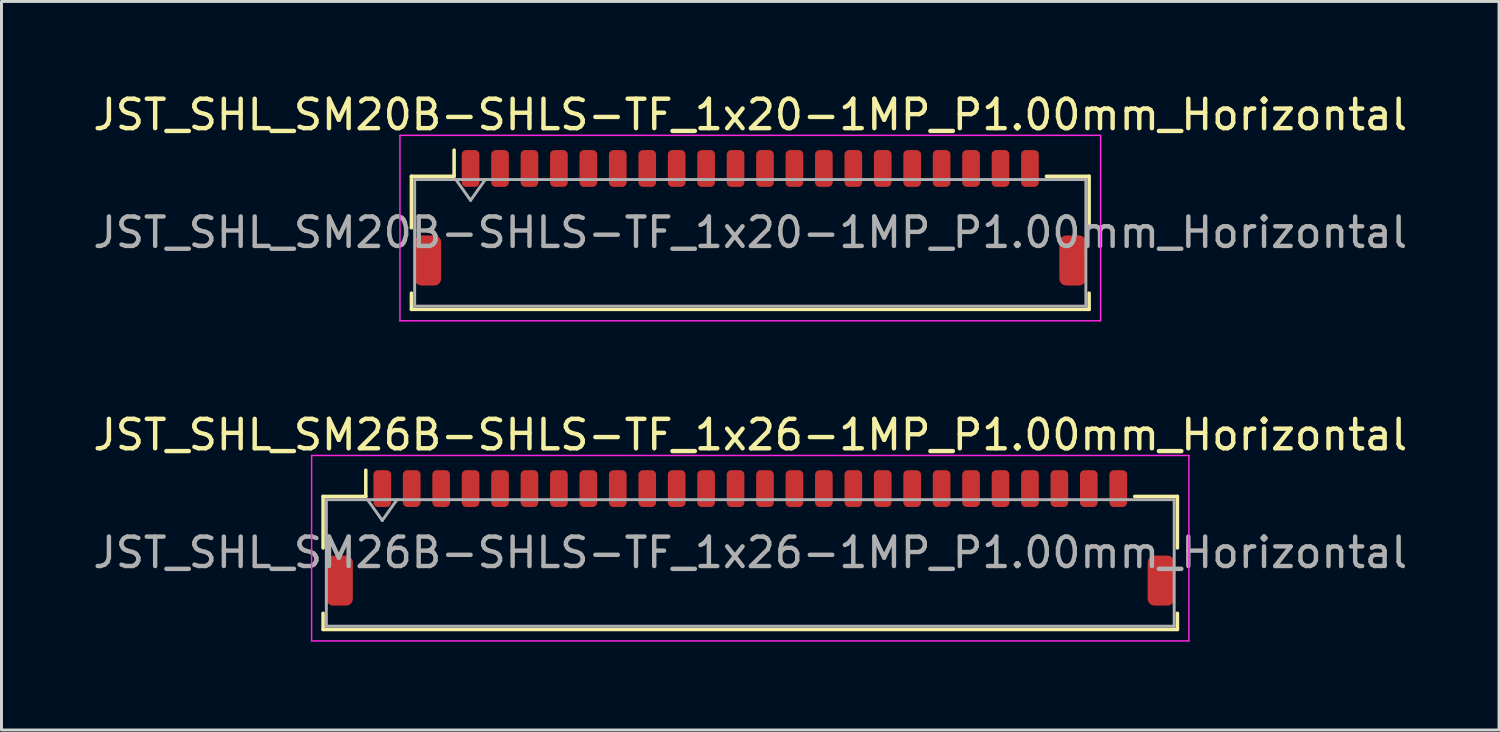
<source format=kicad_pcb>
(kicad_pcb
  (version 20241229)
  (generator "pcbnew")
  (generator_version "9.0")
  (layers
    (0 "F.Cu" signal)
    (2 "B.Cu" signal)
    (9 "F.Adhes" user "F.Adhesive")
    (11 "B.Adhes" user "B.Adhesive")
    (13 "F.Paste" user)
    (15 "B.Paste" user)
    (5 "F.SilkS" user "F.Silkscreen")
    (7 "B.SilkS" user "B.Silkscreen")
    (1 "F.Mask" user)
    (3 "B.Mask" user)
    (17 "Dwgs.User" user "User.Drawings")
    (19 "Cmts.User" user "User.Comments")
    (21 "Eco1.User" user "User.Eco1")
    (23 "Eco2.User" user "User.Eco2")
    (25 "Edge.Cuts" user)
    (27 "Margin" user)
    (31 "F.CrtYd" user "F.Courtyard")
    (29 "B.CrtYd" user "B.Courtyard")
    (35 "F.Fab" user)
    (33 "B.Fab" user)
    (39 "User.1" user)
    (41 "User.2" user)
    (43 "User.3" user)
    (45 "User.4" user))
  (footprint "JST_SHL_SM26B-SHLS-TF_1x26-1MP_P1.00mm_Horizontal"
    (layer "F.Cu")
    (at 22.435 15.222)
    (property "Reference" "JST_SHL_SM26B-SHLS-TF_1x26-1MP_P1.00mm_Horizontal" (at 0 -3.5 0) (layer "F.SilkS") (effects (font (size 1 1) (thickness 0.15))))
    (attr smd)
    (fp_line (start -14.51 -1.41) (end -13.06 -1.41) (stroke (width 0.12) (type solid)) (layer "F.SilkS"))
    (fp_line (start -14.51 0.34) (end -14.51 -1.41) (stroke (width 0.12) (type solid)) (layer "F.SilkS"))
    (fp_line (start -14.51 2.56) (end -14.51 3.11) (stroke (width 0.12) (type solid)) (layer "F.SilkS"))
    (fp_line (start -14.51 3.11) (end 14.51 3.11) (stroke (width 0.12) (type solid)) (layer "F.SilkS"))
    (fp_line (start -13.06 -1.41) (end -13.06 -2.3) (stroke (width 0.12) (type solid)) (layer "F.SilkS"))
    (fp_line (start 14.51 -1.41) (end 13.06 -1.41) (stroke (width 0.12) (type solid)) (layer "F.SilkS"))
    (fp_line (start 14.51 0.34) (end 14.51 -1.41) (stroke (width 0.12) (type solid)) (layer "F.SilkS"))
    (fp_line (start 14.51 3.11) (end 14.51 2.56) (stroke (width 0.12) (type solid)) (layer "F.SilkS"))
    (fp_line (start -14.9 -2.8) (end -14.9 3.5) (stroke (width 0.05) (type solid)) (layer "F.CrtYd"))
    (fp_line (start -14.9 3.5) (end 14.9 3.5) (stroke (width 0.05) (type solid)) (layer "F.CrtYd"))
    (fp_line (start 14.9 -2.8) (end -14.9 -2.8) (stroke (width 0.05) (type solid)) (layer "F.CrtYd"))
    (fp_line (start 14.9 3.5) (end 14.9 -2.8) (stroke (width 0.05) (type solid)) (layer "F.CrtYd"))
    (fp_line (start -14.4 -1.3) (end -14.4 3) (stroke (width 0.1) (type solid)) (layer "F.Fab"))
    (fp_line (start -14.4 -1.3) (end 14.4 -1.3) (stroke (width 0.1) (type solid)) (layer "F.Fab"))
    (fp_line (start -14.4 3) (end 14.4 3) (stroke (width 0.1) (type solid)) (layer "F.Fab"))
    (fp_line (start -13 -1.3) (end -12.5 -0.593) (stroke (width 0.1) (type solid)) (layer "F.Fab"))
    (fp_line (start -12.5 -0.593) (end -12 -1.3) (stroke (width 0.1) (type solid)) (layer "F.Fab"))
    (fp_line (start 14.4 -1.3) (end 14.4 3) (stroke (width 0.1) (type solid)) (layer "F.Fab"))
    (fp_text user "${REFERENCE}" (at 0 0.5 0) (layer "F.Fab") (effects (font (size 1 1) (thickness 0.15))))
    (pad "1" smd roundrect (at -12.5 -1.675) (size 0.6 1.25) (layers "F.Cu" "F.Mask" "F.Paste") (roundrect_rratio 0.25))
    (pad "2" smd roundrect (at -11.5 -1.675) (size 0.6 1.25) (layers "F.Cu" "F.Mask" "F.Paste") (roundrect_rratio 0.25))
    (pad "3" smd roundrect (at -10.5 -1.675) (size 0.6 1.25) (layers "F.Cu" "F.Mask" "F.Paste") (roundrect_rratio 0.25))
    (pad "4" smd roundrect (at -9.5 -1.675) (size 0.6 1.25) (layers "F.Cu" "F.Mask" "F.Paste") (roundrect_rratio 0.25))
    (pad "5" smd roundrect (at -8.5 -1.675) (size 0.6 1.25) (layers "F.Cu" "F.Mask" "F.Paste") (roundrect_rratio 0.25))
    (pad "6" smd roundrect (at -7.5 -1.675) (size 0.6 1.25) (layers "F.Cu" "F.Mask" "F.Paste") (roundrect_rratio 0.25))
    (pad "7" smd roundrect (at -6.5 -1.675) (size 0.6 1.25) (layers "F.Cu" "F.Mask" "F.Paste") (roundrect_rratio 0.25))
    (pad "8" smd roundrect (at -5.5 -1.675) (size 0.6 1.25) (layers "F.Cu" "F.Mask" "F.Paste") (roundrect_rratio 0.25))
    (pad "9" smd roundrect (at -4.5 -1.675) (size 0.6 1.25) (layers "F.Cu" "F.Mask" "F.Paste") (roundrect_rratio 0.25))
    (pad "10" smd roundrect (at -3.5 -1.675) (size 0.6 1.25) (layers "F.Cu" "F.Mask" "F.Paste") (roundrect_rratio 0.25))
    (pad "11" smd roundrect (at -2.5 -1.675) (size 0.6 1.25) (layers "F.Cu" "F.Mask" "F.Paste") (roundrect_rratio 0.25))
    (pad "12" smd roundrect (at -1.5 -1.675) (size 0.6 1.25) (layers "F.Cu" "F.Mask" "F.Paste") (roundrect_rratio 0.25))
    (pad "13" smd roundrect (at -0.5 -1.675) (size 0.6 1.25) (layers "F.Cu" "F.Mask" "F.Paste") (roundrect_rratio 0.25))
    (pad "14" smd roundrect (at 0.5 -1.675) (size 0.6 1.25) (layers "F.Cu" "F.Mask" "F.Paste") (roundrect_rratio 0.25))
    (pad "15" smd roundrect (at 1.5 -1.675) (size 0.6 1.25) (layers "F.Cu" "F.Mask" "F.Paste") (roundrect_rratio 0.25))
    (pad "16" smd roundrect (at 2.5 -1.675) (size 0.6 1.25) (layers "F.Cu" "F.Mask" "F.Paste") (roundrect_rratio 0.25))
    (pad "17" smd roundrect (at 3.5 -1.675) (size 0.6 1.25) (layers "F.Cu" "F.Mask" "F.Paste") (roundrect_rratio 0.25))
    (pad "18" smd roundrect (at 4.5 -1.675) (size 0.6 1.25) (layers "F.Cu" "F.Mask" "F.Paste") (roundrect_rratio 0.25))
    (pad "19" smd roundrect (at 5.5 -1.675) (size 0.6 1.25) (layers "F.Cu" "F.Mask" "F.Paste") (roundrect_rratio 0.25))
    (pad "20" smd roundrect (at 6.5 -1.675) (size 0.6 1.25) (layers "F.Cu" "F.Mask" "F.Paste") (roundrect_rratio 0.25))
    (pad "21" smd roundrect (at 7.5 -1.675) (size 0.6 1.25) (layers "F.Cu" "F.Mask" "F.Paste") (roundrect_rratio 0.25))
    (pad "22" smd roundrect (at 8.5 -1.675) (size 0.6 1.25) (layers "F.Cu" "F.Mask" "F.Paste") (roundrect_rratio 0.25))
    (pad "23" smd roundrect (at 9.5 -1.675) (size 0.6 1.25) (layers "F.Cu" "F.Mask" "F.Paste") (roundrect_rratio 0.25))
    (pad "24" smd roundrect (at 10.5 -1.675) (size 0.6 1.25) (layers "F.Cu" "F.Mask" "F.Paste") (roundrect_rratio 0.25))
    (pad "25" smd roundrect (at 11.5 -1.675) (size 0.6 1.25) (layers "F.Cu" "F.Mask" "F.Paste") (roundrect_rratio 0.25))
    (pad "26" smd roundrect (at 12.5 -1.675) (size 0.6 1.25) (layers "F.Cu" "F.Mask" "F.Paste") (roundrect_rratio 0.25))
    (pad "MP" smd roundrect (at -13.95 1.45) (size 0.9 1.7) (layers "F.Cu" "F.Mask" "F.Paste") (roundrect_rratio 0.25))
    (pad "MP" smd roundrect (at 13.95 1.45) (size 0.9 1.7) (layers "F.Cu" "F.Mask" "F.Paste") (roundrect_rratio 0.25)))
  (footprint "JST_SHL_SM20B-SHLS-TF_1x20-1MP_P1.00mm_Horizontal"
    (layer "F.Cu")
    (at 22.435 4.348)
    (property "Reference" "JST_SHL_SM20B-SHLS-TF_1x20-1MP_P1.00mm_Horizontal" (at 0 -3.5 0) (layer "F.SilkS") (effects (font (size 1 1) (thickness 0.15))))
    (attr smd)
    (fp_line (start -11.51 -1.41) (end -10.06 -1.41) (stroke (width 0.12) (type solid)) (layer "F.SilkS"))
    (fp_line (start -11.51 0.34) (end -11.51 -1.41) (stroke (width 0.12) (type solid)) (layer "F.SilkS"))
    (fp_line (start -11.51 2.56) (end -11.51 3.11) (stroke (width 0.12) (type solid)) (layer "F.SilkS"))
    (fp_line (start -11.51 3.11) (end 11.51 3.11) (stroke (width 0.12) (type solid)) (layer "F.SilkS"))
    (fp_line (start -10.06 -1.41) (end -10.06 -2.3) (stroke (width 0.12) (type solid)) (layer "F.SilkS"))
    (fp_line (start 11.51 -1.41) (end 10.06 -1.41) (stroke (width 0.12) (type solid)) (layer "F.SilkS"))
    (fp_line (start 11.51 0.34) (end 11.51 -1.41) (stroke (width 0.12) (type solid)) (layer "F.SilkS"))
    (fp_line (start 11.51 3.11) (end 11.51 2.56) (stroke (width 0.12) (type solid)) (layer "F.SilkS"))
    (fp_line (start -11.9 -2.8) (end -11.9 3.5) (stroke (width 0.05) (type solid)) (layer "F.CrtYd"))
    (fp_line (start -11.9 3.5) (end 11.9 3.5) (stroke (width 0.05) (type solid)) (layer "F.CrtYd"))
    (fp_line (start 11.9 -2.8) (end -11.9 -2.8) (stroke (width 0.05) (type solid)) (layer "F.CrtYd"))
    (fp_line (start 11.9 3.5) (end 11.9 -2.8) (stroke (width 0.05) (type solid)) (layer "F.CrtYd"))
    (fp_line (start -11.4 -1.3) (end -11.4 3) (stroke (width 0.1) (type solid)) (layer "F.Fab"))
    (fp_line (start -11.4 -1.3) (end 11.4 -1.3) (stroke (width 0.1) (type solid)) (layer "F.Fab"))
    (fp_line (start -11.4 3) (end 11.4 3) (stroke (width 0.1) (type solid)) (layer "F.Fab"))
    (fp_line (start -10 -1.3) (end -9.5 -0.593) (stroke (width 0.1) (type solid)) (layer "F.Fab"))
    (fp_line (start -9.5 -0.593) (end -9 -1.3) (stroke (width 0.1) (type solid)) (layer "F.Fab"))
    (fp_line (start 11.4 -1.3) (end 11.4 3) (stroke (width 0.1) (type solid)) (layer "F.Fab"))
    (fp_text user "${REFERENCE}" (at 0 0.5 0) (layer "F.Fab") (effects (font (size 1 1) (thickness 0.15))))
    (pad "1" smd roundrect (at -9.5 -1.675) (size 0.6 1.25) (layers "F.Cu" "F.Mask" "F.Paste") (roundrect_rratio 0.25))
    (pad "2" smd roundrect (at -8.5 -1.675) (size 0.6 1.25) (layers "F.Cu" "F.Mask" "F.Paste") (roundrect_rratio 0.25))
    (pad "3" smd roundrect (at -7.5 -1.675) (size 0.6 1.25) (layers "F.Cu" "F.Mask" "F.Paste") (roundrect_rratio 0.25))
    (pad "4" smd roundrect (at -6.5 -1.675) (size 0.6 1.25) (layers "F.Cu" "F.Mask" "F.Paste") (roundrect_rratio 0.25))
    (pad "5" smd roundrect (at -5.5 -1.675) (size 0.6 1.25) (layers "F.Cu" "F.Mask" "F.Paste") (roundrect_rratio 0.25))
    (pad "6" smd roundrect (at -4.5 -1.675) (size 0.6 1.25) (layers "F.Cu" "F.Mask" "F.Paste") (roundrect_rratio 0.25))
    (pad "7" smd roundrect (at -3.5 -1.675) (size 0.6 1.25) (layers "F.Cu" "F.Mask" "F.Paste") (roundrect_rratio 0.25))
    (pad "8" smd roundrect (at -2.5 -1.675) (size 0.6 1.25) (layers "F.Cu" "F.Mask" "F.Paste") (roundrect_rratio 0.25))
    (pad "9" smd roundrect (at -1.5 -1.675) (size 0.6 1.25) (layers "F.Cu" "F.Mask" "F.Paste") (roundrect_rratio 0.25))
    (pad "10" smd roundrect (at -0.5 -1.675) (size 0.6 1.25) (layers "F.Cu" "F.Mask" "F.Paste") (roundrect_rratio 0.25))
    (pad "11" smd roundrect (at 0.5 -1.675) (size 0.6 1.25) (layers "F.Cu" "F.Mask" "F.Paste") (roundrect_rratio 0.25))
    (pad "12" smd roundrect (at 1.5 -1.675) (size 0.6 1.25) (layers "F.Cu" "F.Mask" "F.Paste") (roundrect_rratio 0.25))
    (pad "13" smd roundrect (at 2.5 -1.675) (size 0.6 1.25) (layers "F.Cu" "F.Mask" "F.Paste") (roundrect_rratio 0.25))
    (pad "14" smd roundrect (at 3.5 -1.675) (size 0.6 1.25) (layers "F.Cu" "F.Mask" "F.Paste") (roundrect_rratio 0.25))
    (pad "15" smd roundrect (at 4.5 -1.675) (size 0.6 1.25) (layers "F.Cu" "F.Mask" "F.Paste") (roundrect_rratio 0.25))
    (pad "16" smd roundrect (at 5.5 -1.675) (size 0.6 1.25) (layers "F.Cu" "F.Mask" "F.Paste") (roundrect_rratio 0.25))
    (pad "17" smd roundrect (at 6.5 -1.675) (size 0.6 1.25) (layers "F.Cu" "F.Mask" "F.Paste") (roundrect_rratio 0.25))
    (pad "18" smd roundrect (at 7.5 -1.675) (size 0.6 1.25) (layers "F.Cu" "F.Mask" "F.Paste") (roundrect_rratio 0.25))
    (pad "19" smd roundrect (at 8.5 -1.675) (size 0.6 1.25) (layers "F.Cu" "F.Mask" "F.Paste") (roundrect_rratio 0.25))
    (pad "20" smd roundrect (at 9.5 -1.675) (size 0.6 1.25) (layers "F.Cu" "F.Mask" "F.Paste") (roundrect_rratio 0.25))
    (pad "MP" smd roundrect (at -10.95 1.45) (size 0.9 1.7) (layers "F.Cu" "F.Mask" "F.Paste") (roundrect_rratio 0.25))
    (pad "MP" smd roundrect (at 10.95 1.45) (size 0.9 1.7) (layers "F.Cu" "F.Mask" "F.Paste") (roundrect_rratio 0.25)))
  (gr_rect
    (start -3 -3)
    (end 47.869 21.747)
    (stroke (width 0.1) (type default))
    (fill no)
    (layer "Edge.Cuts")))
</source>
